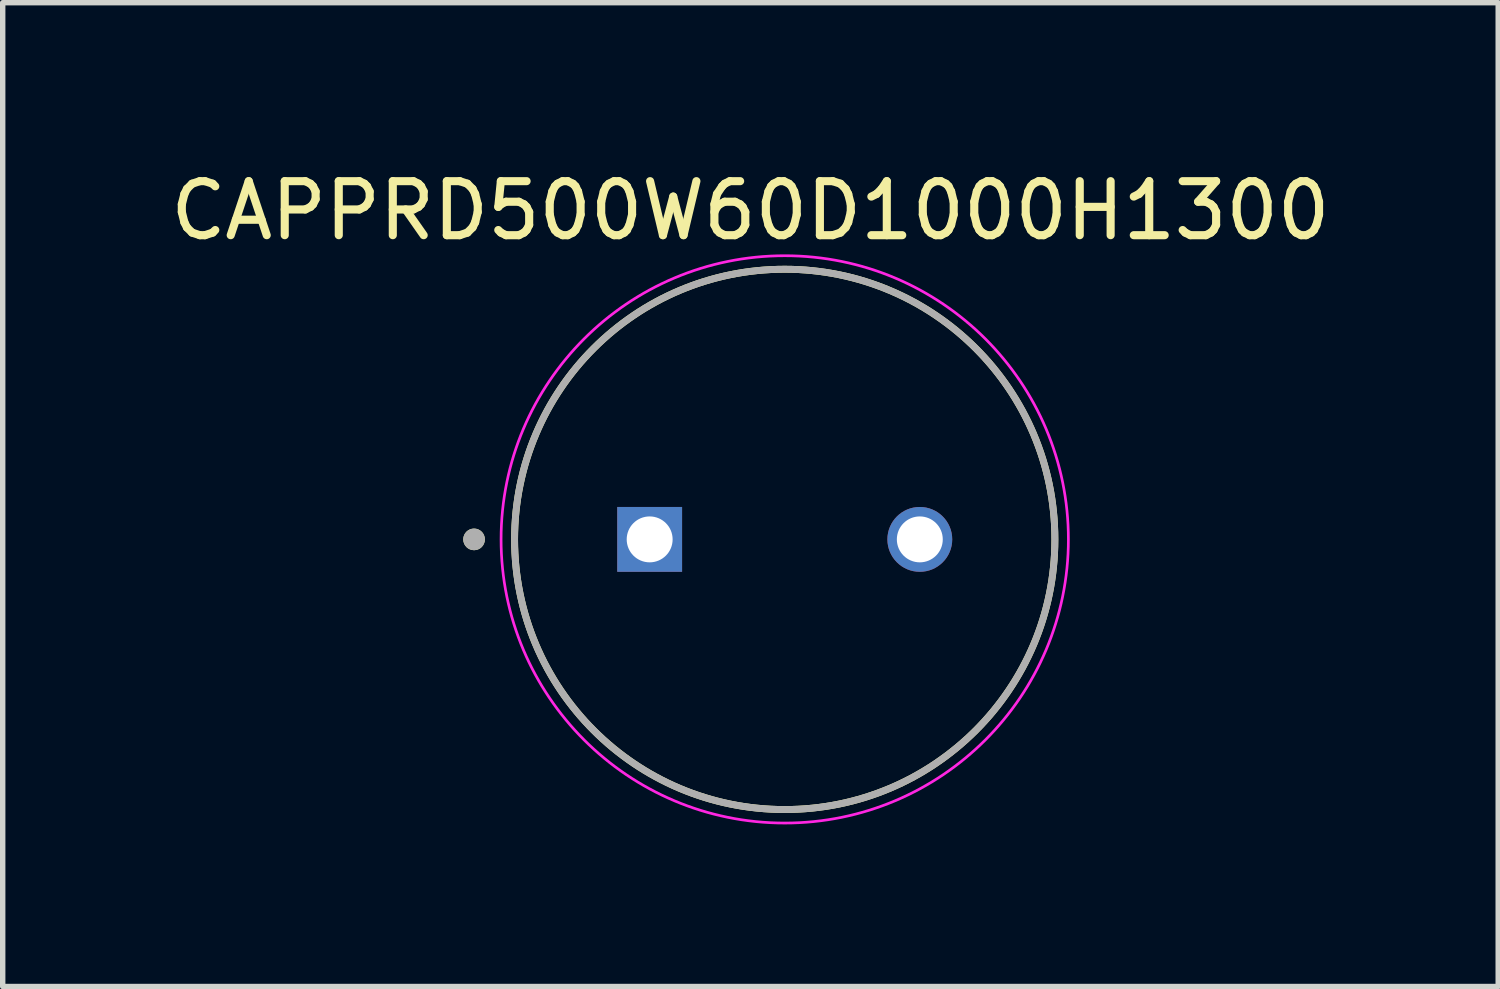
<source format=kicad_pcb>
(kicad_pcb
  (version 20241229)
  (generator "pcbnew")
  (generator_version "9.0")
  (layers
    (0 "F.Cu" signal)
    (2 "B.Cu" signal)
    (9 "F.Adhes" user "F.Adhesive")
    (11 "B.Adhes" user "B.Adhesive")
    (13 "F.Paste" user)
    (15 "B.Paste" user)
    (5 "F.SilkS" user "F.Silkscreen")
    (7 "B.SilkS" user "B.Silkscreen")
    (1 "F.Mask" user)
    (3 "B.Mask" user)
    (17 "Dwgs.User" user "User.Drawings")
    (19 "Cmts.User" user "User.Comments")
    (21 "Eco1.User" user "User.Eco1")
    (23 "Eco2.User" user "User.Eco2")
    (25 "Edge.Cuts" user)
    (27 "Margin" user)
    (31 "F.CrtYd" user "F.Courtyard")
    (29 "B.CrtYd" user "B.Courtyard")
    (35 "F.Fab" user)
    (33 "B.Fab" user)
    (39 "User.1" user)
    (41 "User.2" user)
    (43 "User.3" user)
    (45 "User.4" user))
  (footprint "CAPPRD500W60D1000H1300"
    (layer "F.Cu")
    (at 11.474 6.933)
    (property "Reference" "CAPPRD500W60D1000H1300" (at -0.635 -6.085 0) (layer "F.SilkS") (effects (font (size 1 1) (thickness 0.15))))
    (attr through_hole)
    (fp_circle (center -5.75 0) (end -5.65 0) (stroke (width 0.2) (type solid)) (fill no) (layer "F.SilkS"))
    (fp_circle (center 0 0) (end 5 0) (stroke (width 0.127) (type solid)) (fill no) (layer "F.SilkS"))
    (fp_circle (center 0 0) (end 5.25 0) (stroke (width 0.05) (type solid)) (fill no) (layer "F.CrtYd"))
    (fp_circle (center -5.75 0) (end -5.65 0) (stroke (width 0.2) (type solid)) (fill no) (layer "F.Fab"))
    (fp_circle (center 0 0) (end 5 0) (stroke (width 0.127) (type solid)) (fill no) (layer "F.Fab"))
    (pad "1" thru_hole rect (at -2.5 0) (size 1.2 1.2) (drill 0.85) (layers "*.Cu" "*.Mask"))
    (pad "2" thru_hole circle (at 2.5 0) (size 1.2 1.2) (drill 0.85) (layers "*.Cu" "*.Mask")))
  (gr_rect
    (start -3 -3)
    (end 24.679 15.208)
    (stroke (width 0.1) (type default))
    (fill no)
    (layer "Edge.Cuts")))
</source>
